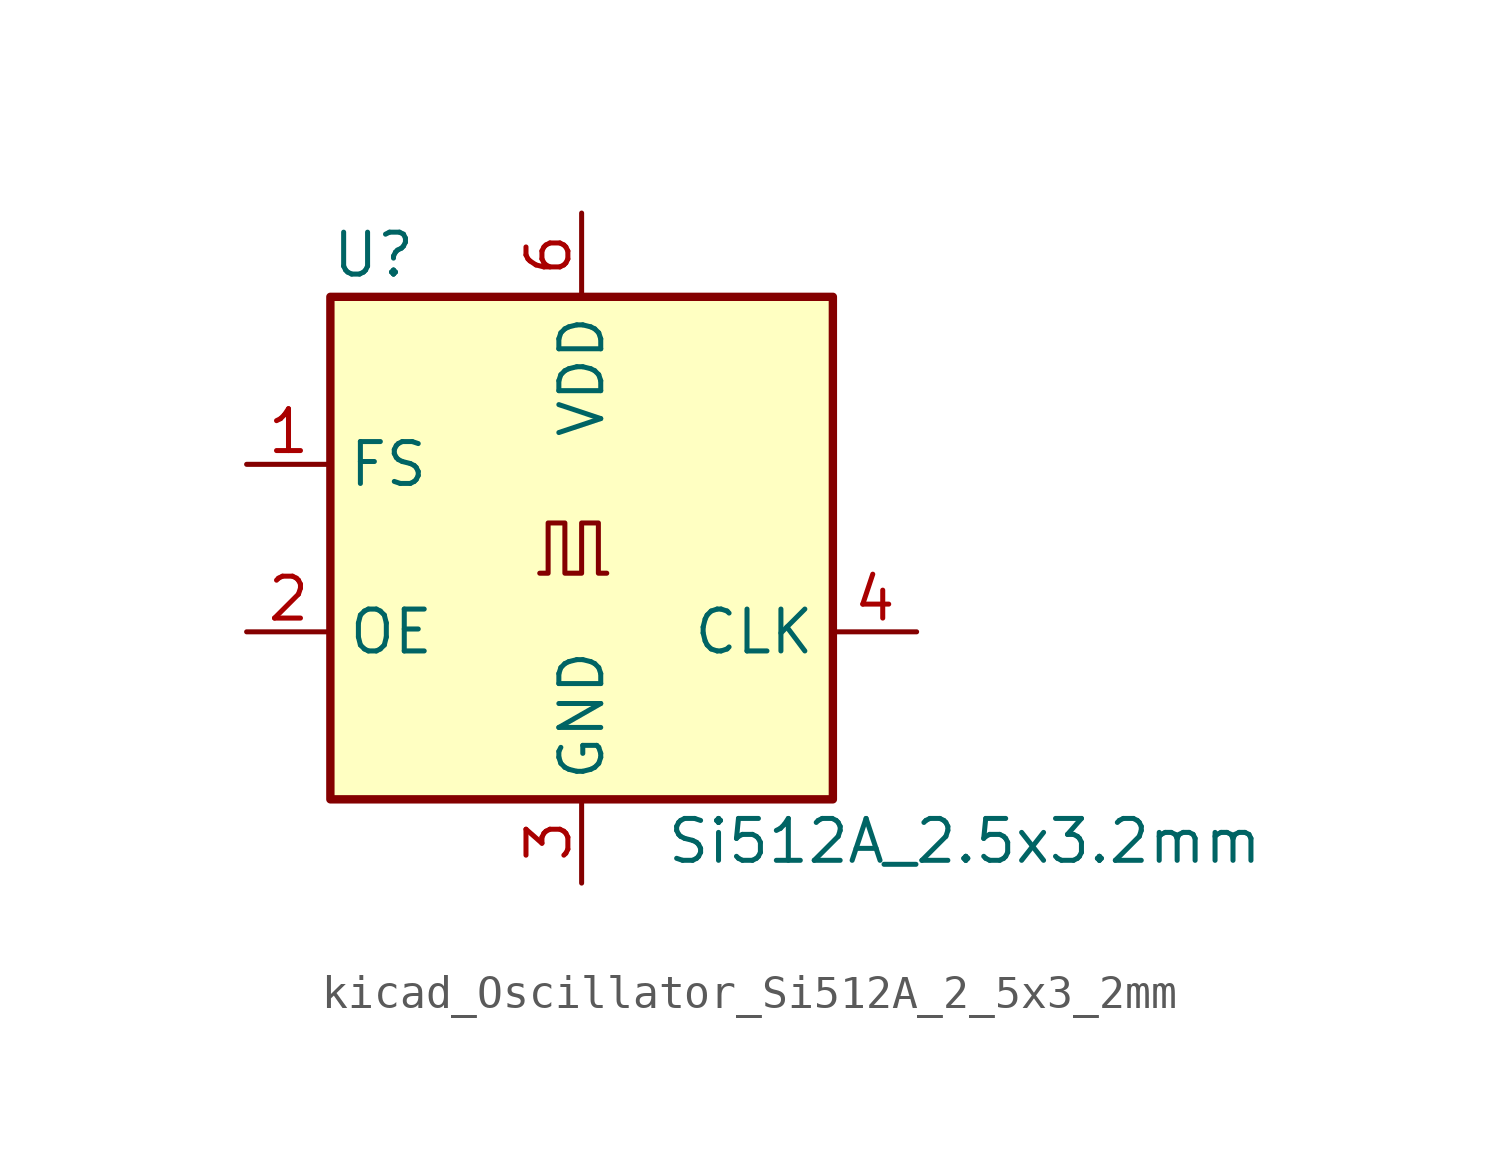
<source format=kicad_sym>
(kicad_symbol_lib
  (version 20220914)
  (generator kicad_symbol_editor)
  (symbol "kicad_Oscillator_Si512A_2_5x3_2mm"
    (property "Reference" "U"
      (at -7.62 8.89 0)
      (effects (font (size 1.27 1.27)) (justify left)))
    (property "Value" "Si512A_2.5x3.2mm"
      (at 2.54 -8.89 0)
      (effects (font (size 1.27 1.27)) (justify left)))
    (symbol "kicad_Oscillator_Si512A_2_5x3_2mm_0_1"
      (rectangle (start -7.62 7.62) (end 7.62 -7.62) (stroke (width 0.254) (type default)) (fill (type background)))
      (polyline (pts (xy -1.27 -0.762) (xy -1.016 -0.762) (xy -1.016 0.762) (xy -0.508 0.762) (xy -0.508 -0.762) (xy 0 -0.762) (xy 0 0.762) (xy 0.508 0.762) (xy 0.508 -0.762) (xy 0.762 -0.762)) (stroke (width 0) (type default)) (fill (type none))))
    (symbol "kicad_Oscillator_Si512A_2_5x3_2mm_1_1"
      (pin input line (at -10.16 2.54 0) (length 2.54) (name "FS" (effects (font (size 1.27 1.27)))) (number "1" (effects (font (size 1.27 1.27)))))
      (pin input line (at -10.16 -2.54 0) (length 2.54) (name "OE" (effects (font (size 1.27 1.27)))) (number "2" (effects (font (size 1.27 1.27)))))
      (pin power_in line (at 0 -10.16 90) (length 2.54) (name "GND" (effects (font (size 1.27 1.27)))) (number "3" (effects (font (size 1.27 1.27)))))
      (pin output line (at 10.16 -2.54 180) (length 2.54) (name "CLK" (effects (font (size 1.27 1.27)))) (number "4" (effects (font (size 1.27 1.27)))))
      (pin no_connect line (at 7.62 2.54 180) (length 2.54) hide (name "NC" (effects (font (size 1.27 1.27)))) (number "5" (effects (font (size 1.27 1.27)))))
      (pin power_in line (at 0 10.16 270) (length 2.54) (name "VDD" (effects (font (size 1.27 1.27)))) (number "6" (effects (font (size 1.27 1.27))))))))
</source>
